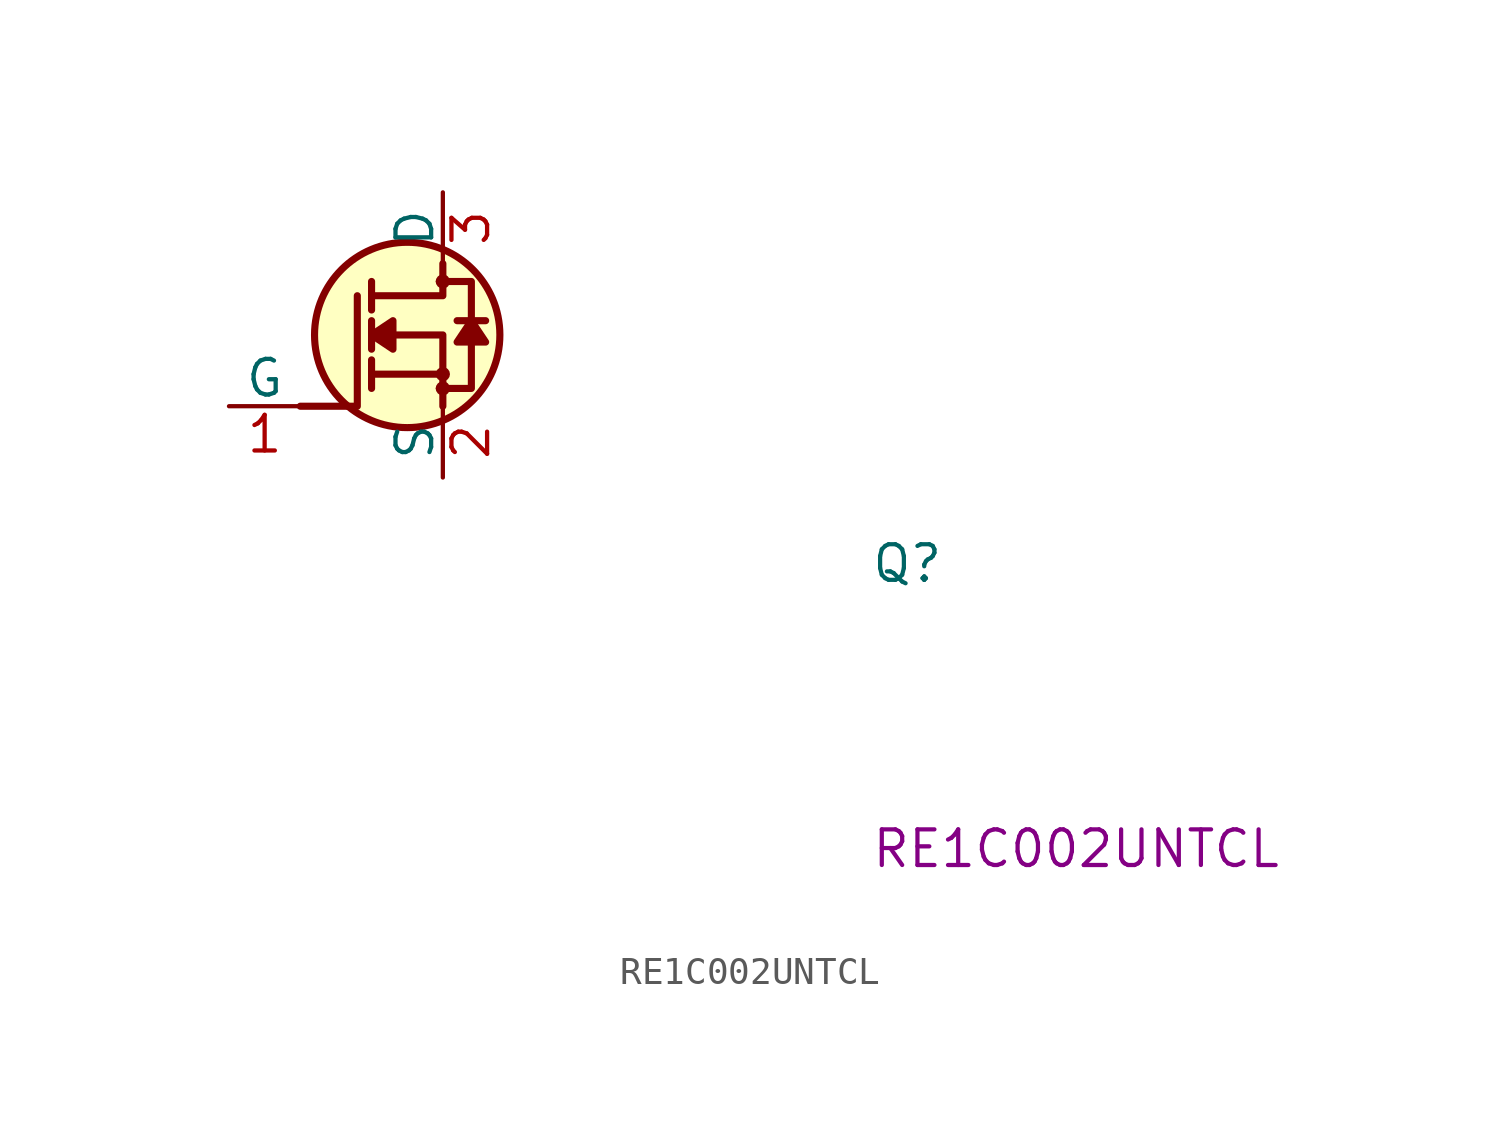
<source format=kicad_sym>
(kicad_symbol_lib
  (version 20220914)
  (generator kicad_symbol_editor)
  (symbol "RE1C002UNTCL"
    (pin_names
      (offset 0))
    (property "Reference" "Q"
      (at 22.86 -6.35 0)
      (effects (font (size 1.27 1.27) (thickness 0.15)) (justify left bottom)))
    (property "MPN" "RE1C002UNTCL"
      (at 22.86 -16.51 0)
      (effects (font (size 1.27 1.27) (thickness 0.15)) (justify left bottom)))
    (symbol "RE1C002UNTCL_1_1"
      (polyline (pts (xy 5.08 1.143) (xy 5.08 0.635)) (stroke (width 0.254) (type default)) (fill (type background)))
      (polyline (pts (xy 5.08 1.143) (xy 5.08 1.651)) (stroke (width 0.254) (type default)) (fill (type background)))
      (polyline (pts (xy 5.08 2.54) (xy 5.08 2.032)) (stroke (width 0.254) (type default)) (fill (type background)))
      (polyline (pts (xy 5.08 2.54) (xy 5.08 3.048)) (stroke (width 0.254) (type default)) (fill (type background)))
      (polyline (pts (xy 5.08 4.445) (xy 5.08 3.429)) (stroke (width 0.254) (type default)) (fill (type background)))
      (polyline (pts (xy 7.62 1.143) (xy 5.08 1.143)) (stroke (width 0.254) (type default)) (fill (type background)))
      (polyline (pts (xy 9.144 3.048) (xy 8.128 3.048)) (stroke (width 0.254) (type default)) (fill (type background)))
      (polyline (pts (xy 2.54 0) (xy 4.572 0) (xy 4.572 3.937)) (stroke (width 0.254) (type default)) (fill (type none)))
      (polyline (pts (xy 7.62 0) (xy 7.62 2.54) (xy 5.08 2.54)) (stroke (width 0.254) (type default)) (fill (type background)))
      (polyline (pts (xy 7.62 5.08) (xy 7.62 3.937) (xy 5.08 3.937)) (stroke (width 0.254) (type default)) (fill (type background)))
      (polyline (pts (xy 5.08 2.54) (xy 5.842 3.048) (xy 5.842 2.032) (xy 5.08 2.54)) (stroke (width 0.254) (type default)) (fill (type outline)))
      (polyline (pts (xy 8.636 3.048) (xy 8.128 2.286) (xy 9.144 2.286) (xy 8.636 3.048)) (stroke (width 0.254) (type default)) (fill (type outline)))
      (polyline (pts (xy 7.493 0.635) (xy 8.636 0.635) (xy 8.636 3.937) (xy 8.636 4.445) (xy 7.493 4.445)) (stroke (width 0.254) (type default)) (fill (type background)))
      (circle (center 6.35 2.54) (radius 3.302) (stroke (width 0.254) (type default)) (fill (type background)))
      (circle (center 7.62 0.635) (radius 0.127) (stroke (width 0.254) (type default)) (fill (type background)))
      (circle (center 7.62 1.143) (radius 0.127) (stroke (width 0.254) (type default)) (fill (type background)))
      (circle (center 7.62 4.445) (radius 0.127) (stroke (width 0.254) (type default)) (fill (type background)))
      (pin bidirectional line (at 0 0 0) (length 2.54) (name "G" (effects (font (size 1.27 1.27)))) (number "1" (effects (font (size 1.27 1.27)))))
      (pin bidirectional line (at 7.62 -2.54 90) (length 2.54) (name "S" (effects (font (size 1.27 1.27)))) (number "2" (effects (font (size 1.27 1.27)))))
      (pin bidirectional line (at 7.62 7.62 270) (length 2.54) (name "D" (effects (font (size 1.27 1.27)))) (number "3" (effects (font (size 1.27 1.27))))))))
</source>
